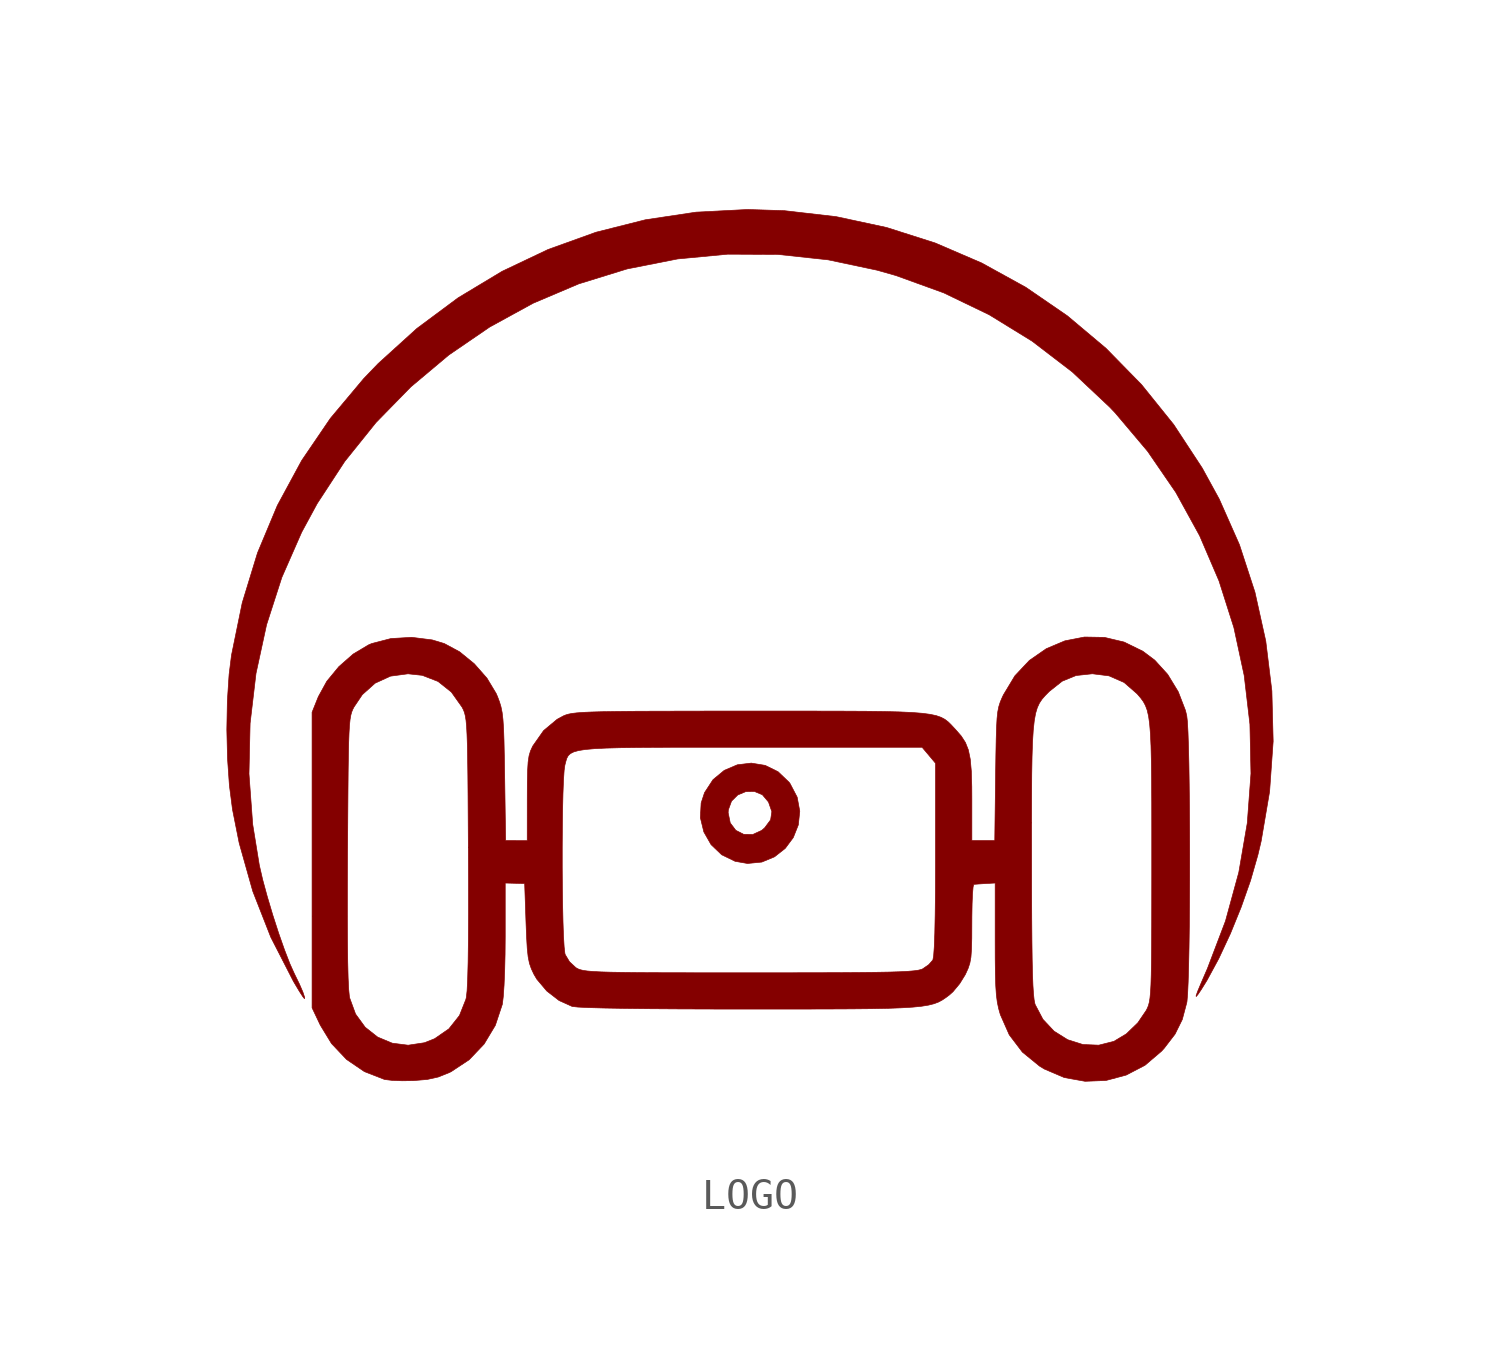
<source format=kicad_sym>
(kicad_symbol_lib
  (version 20220914)
  (generator bitmap2component)
  (symbol "LOGO"
    (pin_names
      (offset 1.016))
    (property "Reference" "#G"
      (at 0 14.097 0)
      (effects (font (size 1.27 1.27)) hide))
    (symbol "LOGO_0_0"
      (polyline (pts (xy 11.578 -13.761) (xy 12.238 -13.585) (xy 12.851 -13.266) (xy 13.392 -12.805) (xy 13.478 -12.711) (xy 13.834 -12.247) (xy 14.07 -11.77) (xy 14.216 -11.221) (xy 14.223 -11.181) (xy 14.244 -10.932) (xy 14.262 -10.542) (xy 14.277 -10.031) (xy 14.29 -9.421) (xy 14.3 -8.732) (xy 14.306 -7.984) (xy 14.31 -7.198) (xy 14.311 -6.395) (xy 14.309 -5.596) (xy 14.304 -4.822) (xy 14.296 -4.092) (xy 14.286 -3.429) (xy 14.272 -2.851) (xy 14.256 -2.381) (xy 14.237 -2.039) (xy 14.215 -1.846) (xy 14.174 -1.676) (xy 13.938 -1.065) (xy 13.593 -0.498) (xy 13.171 -0.034) (xy 12.784 0.257) (xy 12.172 0.557) (xy 11.529 0.71) (xy 10.876 0.722) (xy 10.235 0.597) (xy 9.628 0.341) (xy 9.076 -0.042) (xy 8.602 -0.546) (xy 8.228 -1.167) (xy 8.184 -1.261) (xy 8.124 -1.403) (xy 8.078 -1.548) (xy 8.044 -1.717) (xy 8.02 -1.937) (xy 8.004 -2.229) (xy 7.992 -2.62) (xy 7.982 -3.132) (xy 7.973 -3.789) (xy 7.953 -5.347) (xy 9.147 -5.347) (xy 9.149 -4.493) (xy 9.153 -3.778) (xy 9.163 -3.186) (xy 9.179 -2.704) (xy 9.203 -2.317) (xy 9.236 -2.011) (xy 9.279 -1.772) (xy 9.335 -1.585) (xy 9.404 -1.436) (xy 9.488 -1.31) (xy 9.589 -1.194) (xy 9.708 -1.073) (xy 9.728 -1.053) (xy 10.149 -0.72) (xy 10.602 -0.535) (xy 11.134 -0.478) (xy 11.677 -0.546) (xy 12.169 -0.762) (xy 12.593 -1.131) (xy 12.617 -1.158) (xy 12.715 -1.273) (xy 12.798 -1.387) (xy 12.866 -1.513) (xy 12.923 -1.666) (xy 12.968 -1.86) (xy 13.003 -2.109) (xy 13.029 -2.429) (xy 13.048 -2.832) (xy 13.06 -3.333) (xy 13.068 -3.946) (xy 13.072 -4.687) (xy 13.073 -5.568) (xy 13.073 -6.604) (xy 13.073 -7.03) (xy 13.072 -7.956) (xy 13.071 -8.733) (xy 13.068 -9.376) (xy 13.063 -9.898) (xy 13.056 -10.314) (xy 13.046 -10.639) (xy 13.032 -10.887) (xy 13.014 -11.072) (xy 12.992 -11.208) (xy 12.965 -11.311) (xy 12.932 -11.394) (xy 12.893 -11.472) (xy 12.618 -11.877) (xy 12.243 -12.239) (xy 11.835 -12.484) (xy 11.342 -12.608) (xy 10.825 -12.587) (xy 10.328 -12.43) (xy 9.882 -12.151) (xy 9.518 -11.763) (xy 9.265 -11.282) (xy 9.256 -11.255) (xy 9.231 -11.127) (xy 9.21 -10.929) (xy 9.192 -10.65) (xy 9.178 -10.277) (xy 9.167 -9.796) (xy 9.159 -9.196) (xy 9.153 -8.464) (xy 9.149 -7.588) (xy 9.148 -6.556) (xy 9.148 -6.353) (xy 9.147 -5.347) (xy 7.953 -5.347) (xy 7.946 -5.927) (xy 7.571 -5.927) (xy 7.197 -5.927) (xy 7.197 -4.569) (xy 7.195 -4.168) (xy 7.18 -3.658) (xy 7.145 -3.267) (xy 7.083 -2.965) (xy 6.987 -2.723) (xy 6.849 -2.51) (xy 6.663 -2.297) (xy 6.611 -2.241) (xy 6.512 -2.135) (xy 6.417 -2.043) (xy 6.314 -1.965) (xy 6.191 -1.9) (xy 6.036 -1.846) (xy 5.836 -1.803) (xy 5.578 -1.769) (xy 5.251 -1.743) (xy 4.841 -1.724) (xy 4.336 -1.711) (xy 3.725 -1.703) (xy 2.993 -1.699) (xy 2.13 -1.697) (xy 1.122 -1.697) (xy -0.042 -1.697) (xy -0.461 -1.697) (xy -1.536 -1.697) (xy -2.458 -1.699) (xy -3.241 -1.701) (xy -3.897 -1.704) (xy -4.438 -1.71) (xy -4.876 -1.717) (xy -5.225 -1.727) (xy -5.497 -1.739) (xy -5.704 -1.755) (xy -5.859 -1.773) (xy -5.975 -1.796) (xy -6.064 -1.822) (xy -6.138 -1.852) (xy -6.347 -1.965) (xy -6.79 -2.335) (xy -7.141 -2.835) (xy -7.154 -2.861) (xy -7.219 -3.003) (xy -7.265 -3.16) (xy -7.295 -3.362) (xy -7.312 -3.641) (xy -7.321 -4.027) (xy -7.323 -4.551) (xy -7.324 -5.926) (xy -7.677 -5.926) (xy -8.03 -5.927) (xy -8.061 -3.831) (xy -8.061 -3.824) (xy -8.072 -3.169) (xy -8.083 -2.658) (xy -8.097 -2.266) (xy -8.117 -1.969) (xy -8.144 -1.741) (xy -8.181 -1.558) (xy -8.23 -1.396) (xy -8.293 -1.228) (xy -8.338 -1.123) (xy -8.64 -0.621) (xy -9.053 -0.152) (xy -9.533 0.24) (xy -10.033 0.509) (xy -10.428 0.628) (xy -11.096 0.712) (xy -11.776 0.672) (xy -12.404 0.509) (xy -12.511 0.463) (xy -13.009 0.165) (xy -13.477 -0.246) (xy -13.871 -0.725) (xy -14.147 -1.228) (xy -14.351 -1.736) (xy -14.351 -6.562) (xy -14.351 -8.394) (xy -13.199 -8.394) (xy -13.198 -7.412) (xy -13.193 -6.265) (xy -13.191 -6.068) (xy -13.185 -5.128) (xy -13.179 -4.339) (xy -13.173 -3.687) (xy -13.165 -3.158) (xy -13.156 -2.736) (xy -13.144 -2.408) (xy -13.129 -2.158) (xy -13.11 -1.971) (xy -13.086 -1.833) (xy -13.058 -1.73) (xy -13.024 -1.646) (xy -12.983 -1.566) (xy -12.71 -1.16) (xy -12.291 -0.785) (xy -11.791 -0.556) (xy -11.218 -0.479) (xy -10.752 -0.529) (xy -10.237 -0.729) (xy -9.802 -1.076) (xy -9.454 -1.566) (xy -9.446 -1.581) (xy -9.406 -1.66) (xy -9.373 -1.746) (xy -9.346 -1.855) (xy -9.323 -2.001) (xy -9.305 -2.197) (xy -9.291 -2.461) (xy -9.279 -2.805) (xy -9.271 -3.244) (xy -9.263 -3.795) (xy -9.257 -4.47) (xy -9.252 -5.286) (xy -9.247 -6.143) (xy -6.181 -6.143) (xy -6.177 -5.51) (xy -6.169 -4.918) (xy -6.157 -4.391) (xy -6.14 -3.956) (xy -6.119 -3.637) (xy -6.094 -3.459) (xy -6.087 -3.434) (xy -6.059 -3.325) (xy -6.029 -3.232) (xy -5.985 -3.152) (xy -5.914 -3.085) (xy -5.806 -3.03) (xy -5.648 -2.986) (xy -5.428 -2.951) (xy -5.135 -2.925) (xy -4.755 -2.906) (xy -4.278 -2.893) (xy -3.692 -2.885) (xy -2.984 -2.88) (xy -2.142 -2.879) (xy -1.155 -2.878) (xy -0.011 -2.879) (xy 5.573 -2.879) (xy 5.792 -3.139) (xy 6.011 -3.4) (xy 6.011 -6.531) (xy 6.011 -6.766) (xy 6.008 -7.626) (xy 5.999 -8.357) (xy 5.987 -8.951) (xy 5.97 -9.399) (xy 5.949 -9.693) (xy 5.924 -9.826) (xy 5.792 -9.977) (xy 5.59 -10.117) (xy 5.544 -10.136) (xy 5.45 -10.159) (xy 5.309 -10.179) (xy 5.111 -10.196) (xy 4.841 -10.21) (xy 4.489 -10.221) (xy 4.041 -10.229) (xy 3.486 -10.235) (xy 2.81 -10.24) (xy 2.003 -10.242) (xy 1.05 -10.244) (xy -0.059 -10.244) (xy -0.273 -10.244) (xy -1.335 -10.244) (xy -2.242 -10.243) (xy -3.009 -10.241) (xy -3.646 -10.238) (xy -4.169 -10.232) (xy -4.588 -10.225) (xy -4.918 -10.215) (xy -5.17 -10.202) (xy -5.358 -10.186) (xy -5.495 -10.167) (xy -5.593 -10.143) (xy -5.666 -10.116) (xy -5.725 -10.083) (xy -5.735 -10.077) (xy -5.944 -9.883) (xy -6.085 -9.647) (xy -6.095 -9.607) (xy -6.119 -9.392) (xy -6.14 -9.041) (xy -6.156 -8.581) (xy -6.168 -8.036) (xy -6.177 -7.431) (xy -6.181 -6.792) (xy -6.181 -6.143) (xy -9.247 -6.143) (xy -9.246 -6.255) (xy -9.242 -7.24) (xy -9.241 -8.294) (xy -9.246 -9.181) (xy -9.255 -9.9) (xy -9.27 -10.451) (xy -9.289 -10.834) (xy -9.313 -11.049) (xy -9.328 -11.113) (xy -9.537 -11.639) (xy -9.883 -12.075) (xy -10.349 -12.397) (xy -10.678 -12.528) (xy -11.213 -12.609) (xy -11.732 -12.543) (xy -12.209 -12.344) (xy -12.617 -12.022) (xy -12.931 -11.591) (xy -13.124 -11.064) (xy -13.133 -11.016) (xy -13.156 -10.78) (xy -13.174 -10.405) (xy -13.187 -9.886) (xy -13.195 -9.217) (xy -13.199 -8.394) (xy -14.351 -8.394) (xy -14.351 -11.388) (xy -14.081 -11.957) (xy -13.716 -12.556) (xy -13.225 -13.075) (xy -12.641 -13.472) (xy -11.99 -13.726) (xy -11.967 -13.731) (xy -11.734 -13.758) (xy -11.406 -13.771) (xy -11.045 -13.765) (xy -11.043 -13.765) (xy -10.592 -13.728) (xy -10.23 -13.648) (xy -9.882 -13.509) (xy -9.808 -13.473) (xy -9.219 -13.083) (xy -8.732 -12.571) (xy -8.366 -11.961) (xy -8.139 -11.278) (xy -8.136 -11.265) (xy -8.107 -11.027) (xy -8.081 -10.655) (xy -8.061 -10.183) (xy -8.048 -9.643) (xy -8.043 -9.07) (xy -8.043 -7.312) (xy -7.726 -7.321) (xy -7.408 -7.329) (xy -7.364 -8.602) (xy -7.346 -9.062) (xy -7.324 -9.444) (xy -7.294 -9.724) (xy -7.252 -9.935) (xy -7.19 -10.113) (xy -7.106 -10.292) (xy -7.011 -10.453) (xy -6.686 -10.839) (xy -6.284 -11.15) (xy -5.861 -11.341) (xy -5.848 -11.345) (xy -5.665 -11.364) (xy -5.319 -11.381) (xy -4.813 -11.395) (xy -4.154 -11.407) (xy -3.346 -11.417) (xy -2.394 -11.424) (xy -1.302 -11.428) (xy -0.077 -11.43) (xy 0.481 -11.43) (xy 1.552 -11.429) (xy 2.471 -11.427) (xy 3.254 -11.423) (xy 3.912 -11.416) (xy 4.458 -11.405) (xy 4.905 -11.388) (xy 5.266 -11.366) (xy 5.554 -11.337) (xy 5.781 -11.3) (xy 5.961 -11.255) (xy 6.107 -11.2) (xy 6.23 -11.134) (xy 6.345 -11.057) (xy 6.464 -10.968) (xy 6.58 -10.864) (xy 6.8 -10.599) (xy 6.981 -10.306) (xy 6.995 -10.277) (xy 7.075 -10.101) (xy 7.131 -9.932) (xy 7.167 -9.734) (xy 7.186 -9.473) (xy 7.195 -9.113) (xy 7.197 -8.619) (xy 7.198 -8.408) (xy 7.205 -7.995) (xy 7.219 -7.663) (xy 7.238 -7.44) (xy 7.26 -7.357) (xy 7.273 -7.355) (xy 7.418 -7.344) (xy 7.641 -7.33) (xy 7.959 -7.312) (xy 7.959 -9.193) (xy 7.96 -9.775) (xy 7.966 -10.281) (xy 7.978 -10.67) (xy 7.998 -10.97) (xy 8.029 -11.208) (xy 8.072 -11.413) (xy 8.128 -11.611) (xy 8.419 -12.27) (xy 8.847 -12.834) (xy 9.408 -13.292) (xy 9.568 -13.389) (xy 10.217 -13.666) (xy 10.896 -13.788) (xy 11.578 -13.761)) (stroke (width 0.01) (type default)) (fill (type outline)))
      (polyline (pts (xy -14.594 -11.047) (xy -14.65 -10.877) (xy -14.768 -10.605) (xy -14.938 -10.256) (xy -15.075 -9.951) (xy -15.253 -9.491) (xy -15.445 -8.945) (xy -15.636 -8.354) (xy -15.813 -7.761) (xy -15.964 -7.206) (xy -16.074 -6.731) (xy -16.29 -5.4) (xy -16.412 -3.747) (xy -16.375 -2.098) (xy -16.183 -0.469) (xy -15.837 1.125) (xy -15.339 2.669) (xy -14.691 4.145) (xy -14.185 5.079) (xy -13.285 6.456) (xy -12.262 7.729) (xy -11.126 8.891) (xy -9.885 9.933) (xy -8.551 10.846) (xy -7.133 11.623) (xy -5.642 12.256) (xy -4.088 12.736) (xy -4.039 12.749) (xy -2.413 13.07) (xy -0.772 13.226) (xy 0.87 13.217) (xy 2.5 13.042) (xy 4.106 12.702) (xy 4.717 12.528) (xy 6.28 11.962) (xy 7.764 11.247) (xy 9.165 10.385) (xy 10.478 9.379) (xy 11.699 8.231) (xy 11.878 8.043) (xy 12.939 6.786) (xy 13.859 5.445) (xy 14.636 4.032) (xy 15.269 2.556) (xy 15.755 1.03) (xy 16.092 -0.535) (xy 16.279 -2.128) (xy 16.313 -3.738) (xy 16.193 -5.353) (xy 15.916 -6.963) (xy 15.481 -8.554) (xy 14.886 -10.118) (xy 14.88 -10.13) (xy 14.697 -10.552) (xy 14.579 -10.833) (xy 14.523 -10.985) (xy 14.524 -11.021) (xy 14.581 -10.953) (xy 14.688 -10.795) (xy 14.875 -10.494) (xy 15.262 -9.78) (xy 15.641 -8.967) (xy 15.993 -8.101) (xy 16.3 -7.228) (xy 16.54 -6.392) (xy 16.646 -5.944) (xy 16.922 -4.322) (xy 17.038 -2.682) (xy 16.996 -1.039) (xy 16.797 0.588) (xy 16.443 2.186) (xy 15.937 3.736) (xy 15.279 5.223) (xy 14.721 6.242) (xy 13.79 7.661) (xy 12.739 8.966) (xy 11.579 10.151) (xy 10.317 11.212) (xy 8.961 12.143) (xy 7.519 12.938) (xy 6.001 13.591) (xy 4.415 14.097) (xy 2.769 14.451) (xy 1.071 14.647) (xy -0.129 14.685) (xy -1.813 14.598) (xy -3.467 14.349) (xy -5.08 13.942) (xy -6.643 13.379) (xy -8.146 12.665) (xy -9.578 11.803) (xy -10.93 10.798) (xy -12.193 9.653) (xy -12.665 9.162) (xy -13.751 7.867) (xy -14.691 6.486) (xy -15.485 5.019) (xy -16.133 3.47) (xy -16.632 1.839) (xy -16.983 0.127) (xy -17.061 -0.499) (xy -17.118 -1.368) (xy -17.135 -2.299) (xy -17.113 -3.238) (xy -17.051 -4.127) (xy -16.95 -4.911) (xy -16.732 -6.004) (xy -16.287 -7.583) (xy -15.699 -9.083) (xy -14.962 -10.52) (xy -14.923 -10.587) (xy -14.77 -10.844) (xy -14.654 -11.023) (xy -14.6 -11.091) (xy -14.594 -11.047)) (stroke (width 0.01) (type default)) (fill (type outline)))
      (polyline (pts (xy 0.338 -6.628) (xy 0.753 -6.456) (xy 1.102 -6.181) (xy 1.366 -5.826) (xy 1.53 -5.413) (xy 1.577 -4.966) (xy 1.492 -4.508) (xy 1.258 -4.061) (xy 1.227 -4.02) (xy 0.868 -3.677) (xy 0.447 -3.47) (xy -0.007 -3.396) (xy -0.462 -3.451) (xy -0.888 -3.632) (xy -1.256 -3.936) (xy -1.533 -4.36) (xy -1.644 -4.698) (xy -1.661 -5.018) (xy -0.762 -5.018) (xy -0.756 -4.922) (xy -0.652 -4.638) (xy -0.448 -4.436) (xy -0.186 -4.327) (xy 0.095 -4.321) (xy 0.355 -4.429) (xy 0.553 -4.663) (xy 0.556 -4.668) (xy 0.665 -4.981) (xy 0.625 -5.248) (xy 0.43 -5.51) (xy 0.333 -5.594) (xy 0.039 -5.728) (xy -0.255 -5.722) (xy -0.512 -5.591) (xy -0.693 -5.351) (xy -0.762 -5.018) (xy -1.661 -5.018) (xy -1.669 -5.18) (xy -1.556 -5.644) (xy -1.32 -6.058) (xy -0.974 -6.389) (xy -0.535 -6.603) (xy -0.13 -6.674) (xy 0.338 -6.628)) (stroke (width 0.01) (type default)) (fill (type outline))))))
</source>
